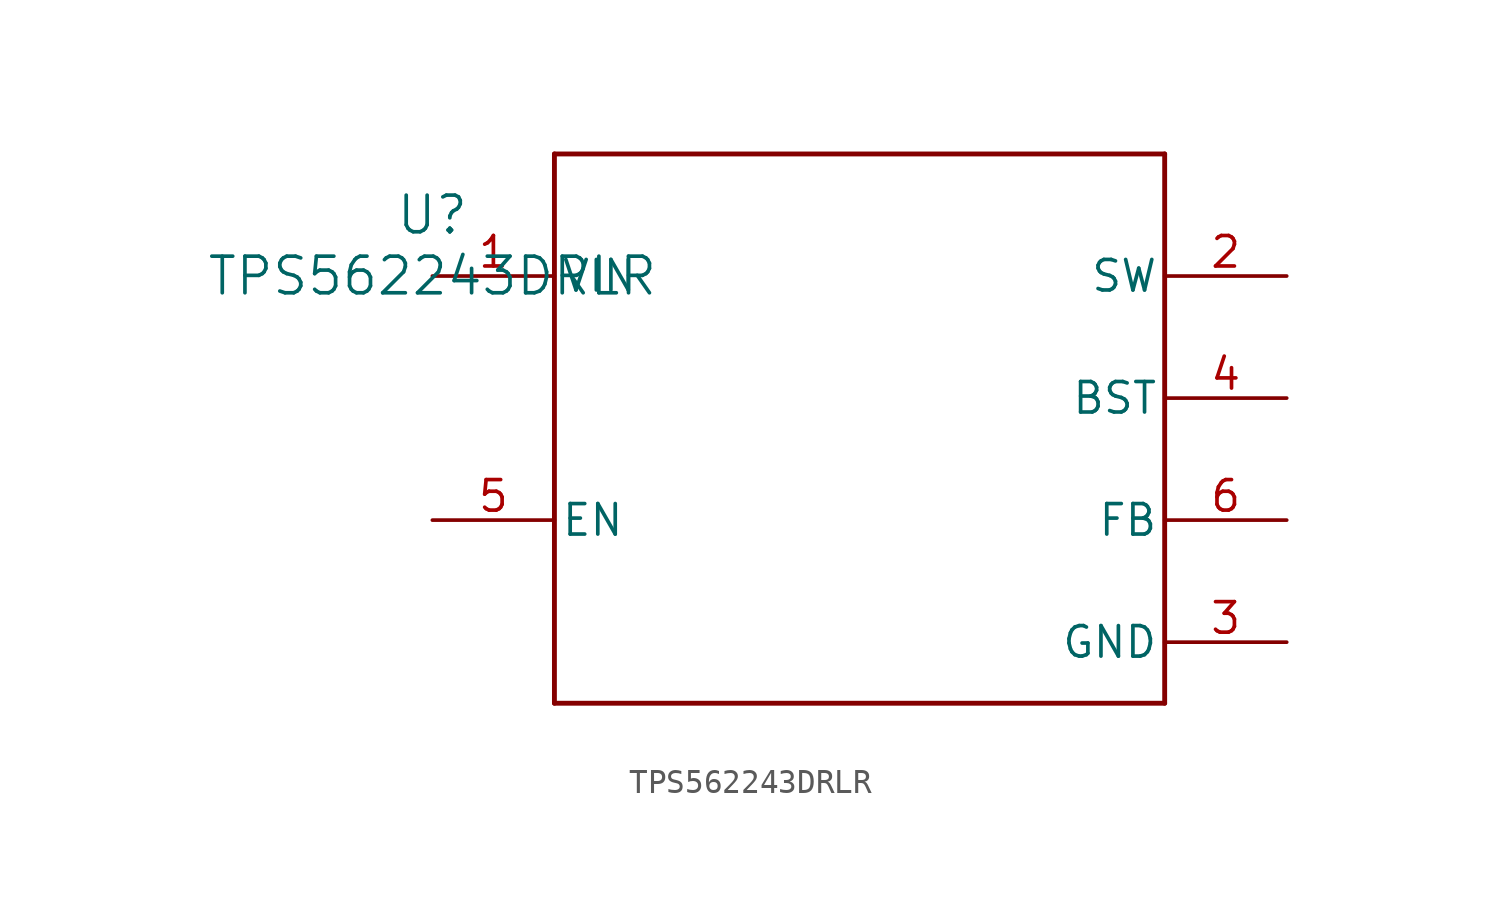
<source format=kicad_sym>
(kicad_symbol_lib
  (version 20211014)
  (generator kicad_symbol_editor)
  (symbol "TPS562243DRLR"
    (pin_names
      (offset 0.254))
    (property "Reference" "U"
      (at 0 2.54 0)
      (effects (font (size 1.524 1.524))))
    (property "Value" "TPS562243DRLR"
      (at 0 0 0)
      (effects (font (size 1.524 1.524))))
    (symbol "TPS562243DRLR_0_1"
      (polyline (pts (xy 5.08 -17.78) (xy 30.48 -17.78)) (stroke (width 0.203) (type default) (color 0 0 0 0)) (fill (type none)))
      (polyline (pts (xy 30.48 -17.78) (xy 30.48 5.08)) (stroke (width 0.203) (type default) (color 0 0 0 0)) (fill (type none)))
      (polyline (pts (xy 30.48 5.08) (xy 5.08 5.08)) (stroke (width 0.203) (type default) (color 0 0 0 0)) (fill (type none)))
      (polyline (pts (xy 5.08 5.08) (xy 5.08 -17.78)) (stroke (width 0.203) (type default) (color 0 0 0 0)) (fill (type none)))
      (pin power_in line (at 0 0 0) (length 5.08) (name "VIN" (effects (font (size 1.27 1.27)))) (number "1" (effects (font (size 1.27 1.27)))))
      (pin unspecified line (at 35.56 0 180) (length 5.08) (name "SW" (effects (font (size 1.27 1.27)))) (number "2" (effects (font (size 1.27 1.27)))))
      (pin power_in line (at 35.56 -15.24 180) (length 5.08) (name "GND" (effects (font (size 1.27 1.27)))) (number "3" (effects (font (size 1.27 1.27)))))
      (pin unspecified line (at 35.56 -5.08 180) (length 5.08) (name "BST" (effects (font (size 1.27 1.27)))) (number "4" (effects (font (size 1.27 1.27)))))
      (pin input line (at 0 -10.16 0) (length 5.08) (name "EN" (effects (font (size 1.27 1.27)))) (number "5" (effects (font (size 1.27 1.27)))))
      (pin unspecified line (at 35.56 -10.16 180) (length 5.08) (name "FB" (effects (font (size 1.27 1.27)))) (number "6" (effects (font (size 1.27 1.27))))))))
</source>
